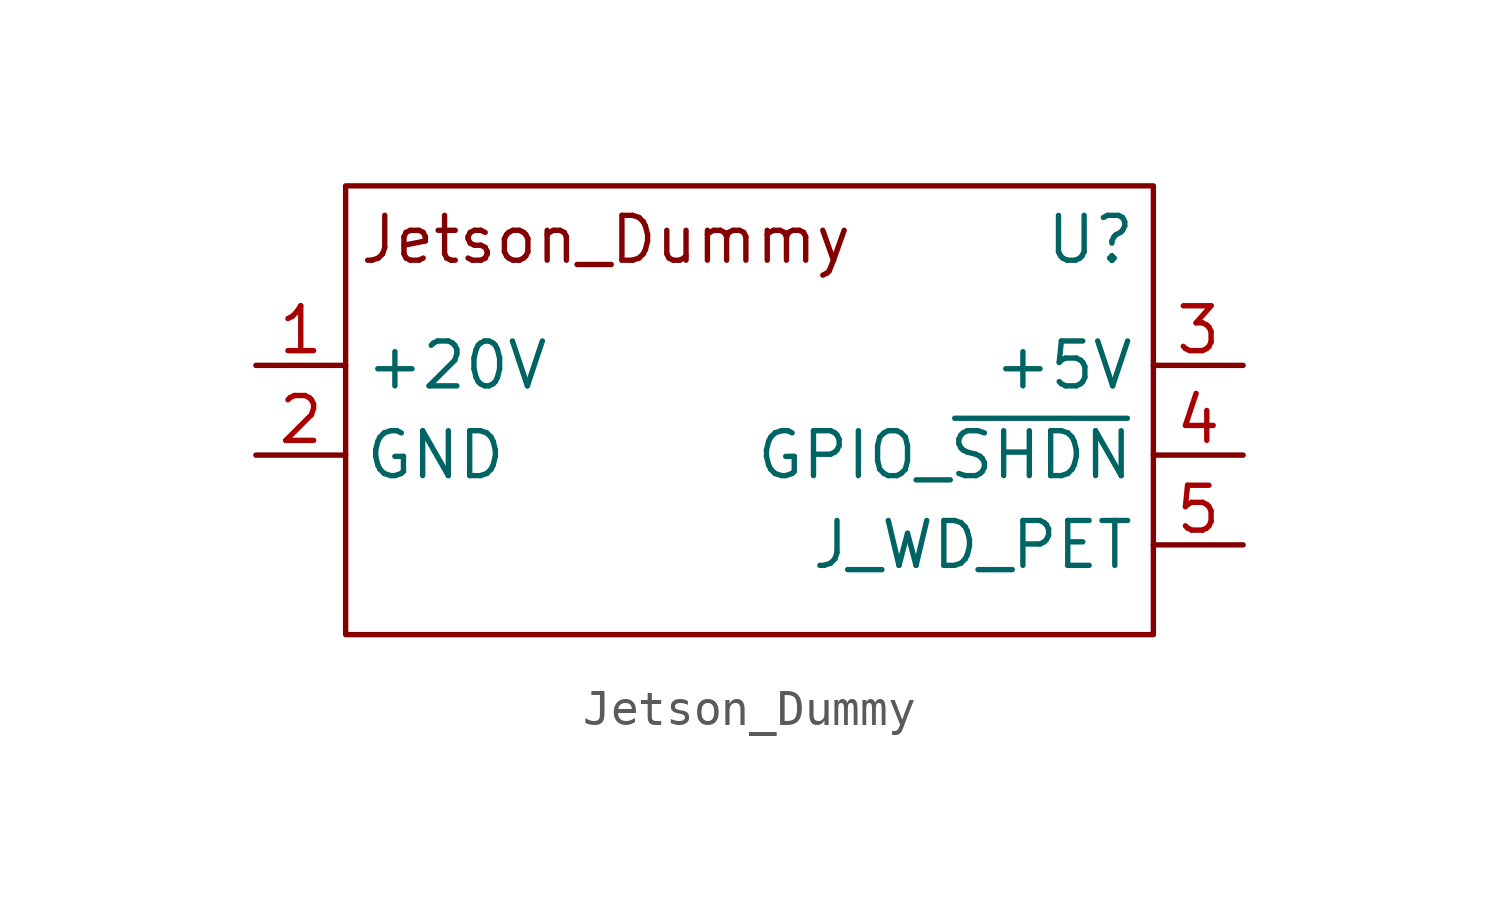
<source format=kicad_sym>
(kicad_symbol_lib
  (version 20241209)
  (generator "kicad_symbol_editor")
  (generator_version "9.0")
  (symbol "Jetson_Dummy"
    (property "Reference" "U"
      (at 9.652 8.636 0)
      (effects (font (size 1.27 1.27))))
    (property "Value" ""
      (at 0 0 0)
      (effects (font (size 1.27 1.27))))
    (symbol "Jetson_Dummy_0_1"
      (rectangle (start -11.43 10.16) (end 11.43 -2.54) (stroke (width 0) (type default)) (fill (type none))))
    (symbol "Jetson_Dummy_1_1"
      (text "Jetson_Dummy\n" (at -4.064 8.636 0) (effects (font (size 1.27 1.27))))
      (pin passive line (at -13.97 5.08 0) (length 2.54) (name "+20V" (effects (font (size 1.27 1.27)))) (number "1" (effects (font (size 1.27 1.27)))))
      (pin power_in line (at -13.97 2.54 0) (length 2.54) (name "GND" (effects (font (size 1.27 1.27)))) (number "2" (effects (font (size 1.27 1.27)))))
      (pin output line (at 13.97 5.08 180) (length 2.54) (name "+5V" (effects (font (size 1.27 1.27)))) (number "3" (effects (font (size 1.27 1.27)))))
      (pin output line (at 13.97 2.54 180) (length 2.54) (name "GPIO_~{SHDN}" (effects (font (size 1.27 1.27)))) (number "4" (effects (font (size 1.27 1.27)))))
      (pin output line (at 13.97 0 180) (length 2.54) (name "J_WD_PET" (effects (font (size 1.27 1.27)))) (number "5" (effects (font (size 1.27 1.27))))))))
</source>
